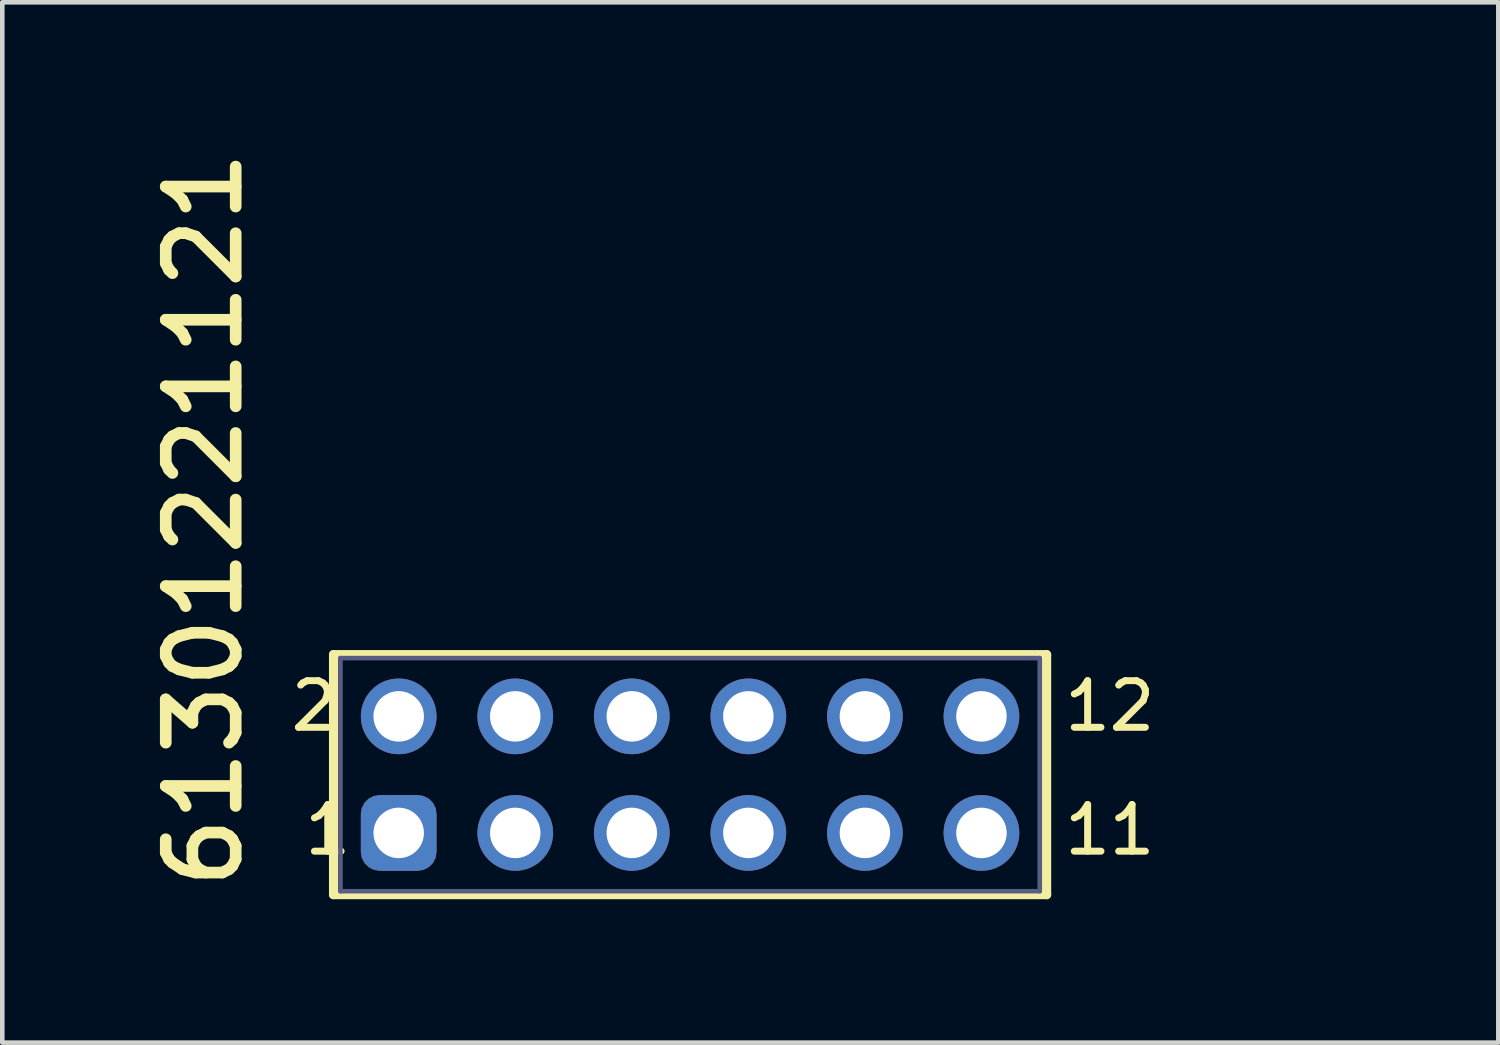
<source format=kicad_pcb>
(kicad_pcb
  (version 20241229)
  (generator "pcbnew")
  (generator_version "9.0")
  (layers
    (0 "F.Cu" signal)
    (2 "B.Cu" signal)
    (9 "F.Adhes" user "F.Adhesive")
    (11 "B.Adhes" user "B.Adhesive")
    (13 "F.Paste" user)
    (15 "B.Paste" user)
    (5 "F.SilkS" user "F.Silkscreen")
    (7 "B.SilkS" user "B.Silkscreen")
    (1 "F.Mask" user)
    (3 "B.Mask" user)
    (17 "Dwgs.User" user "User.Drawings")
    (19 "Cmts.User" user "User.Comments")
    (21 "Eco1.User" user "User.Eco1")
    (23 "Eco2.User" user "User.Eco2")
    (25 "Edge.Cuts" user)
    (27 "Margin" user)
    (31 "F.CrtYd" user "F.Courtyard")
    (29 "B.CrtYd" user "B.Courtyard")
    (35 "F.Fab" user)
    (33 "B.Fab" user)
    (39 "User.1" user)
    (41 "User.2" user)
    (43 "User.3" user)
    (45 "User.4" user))
  (footprint "61301221121"
    (layer "F.Cu")
    (at 11.989 13.832)
    (property "Reference" "61301221121" (at -9.703 2.591 90) (unlocked yes) (layer "F.SilkS") (effects (font (size 1.524 1.524) (thickness 0.254)) (justify left bottom)))
    (fp_line (start -7.77 2.615) (end -7.77 -2.615) (stroke (width 0.2) (type solid)) (layer "F.SilkS"))
    (fp_line (start 7.77 -2.615) (end -7.77 -2.615) (stroke (width 0.2) (type solid)) (layer "F.SilkS"))
    (fp_line (start 7.77 2.615) (end -7.77 2.615) (stroke (width 0.2) (type solid)) (layer "F.SilkS"))
    (fp_line (start 7.77 2.615) (end 7.77 -2.615) (stroke (width 0.2) (type solid)) (layer "F.SilkS"))
    (fp_line (start -7.97 2.815) (end -7.97 -2.815) (stroke (width 0.05) (type solid)) (layer "Eco1.User"))
    (fp_line (start 0 0.5) (end 0 -0.5) (stroke (width 0.05) (type solid)) (layer "Eco1.User"))
    (fp_line (start 0.5 0) (end -0.5 0) (stroke (width 0.05) (type solid)) (layer "Eco1.User"))
    (fp_line (start 7.97 -2.815) (end -7.97 -2.815) (stroke (width 0.05) (type solid)) (layer "Eco1.User"))
    (fp_line (start 7.97 2.815) (end -7.97 2.815) (stroke (width 0.05) (type solid)) (layer "Eco1.User"))
    (fp_line (start 7.97 2.815) (end 7.97 -2.815) (stroke (width 0.05) (type solid)) (layer "Eco1.User"))
    (fp_line (start -7.62 2.54) (end -7.62 -2.54) (stroke (width 0.1) (type solid)) (layer "Eco2.User"))
    (fp_line (start 7.62 -2.54) (end -7.62 -2.54) (stroke (width 0.1) (type solid)) (layer "Eco2.User"))
    (fp_line (start 7.62 2.54) (end -7.62 2.54) (stroke (width 0.1) (type solid)) (layer "Eco2.User"))
    (fp_line (start 7.62 2.54) (end 7.62 -2.54) (stroke (width 0.1) (type solid)) (layer "Eco2.User"))
    (fp_line (start -7.62 2.54) (end -7.62 -2.54) (stroke (width 0.1) (type solid)) (layer "B.Fab"))
    (fp_line (start 7.62 -2.54) (end -7.62 -2.54) (stroke (width 0.1) (type solid)) (layer "B.Fab"))
    (fp_line (start 7.62 2.54) (end -7.62 2.54) (stroke (width 0.1) (type solid)) (layer "B.Fab"))
    (fp_line (start 7.62 2.54) (end 7.62 -2.54) (stroke (width 0.1) (type solid)) (layer "B.Fab"))
    (fp_text user "11" (at 8.08 1.8 0) (unlocked yes) (layer "F.SilkS") (effects (font (size 1.016 1.016) (thickness 0.152)) (justify left bottom)))
    (fp_text user "1" (at -8.48 1.8 0) (unlocked yes) (layer "F.SilkS") (effects (font (size 1.016 1.016) (thickness 0.152)) (justify left bottom)))
    (fp_text user "2" (at -8.78 -0.9 0) (unlocked yes) (layer "F.SilkS") (effects (font (size 1.016 1.016) (thickness 0.152)) (justify left bottom)))
    (fp_text user "12" (at 8.08 -0.9 0) (unlocked yes) (layer "F.SilkS") (effects (font (size 1.016 1.016) (thickness 0.152)) (justify left bottom)))
    (fp_text user "${REFERENCE}" (at -1.25 0.75 0) (unlocked yes) (layer "User.3") (effects (font (size 1.5 1.5) (thickness 0.15)) (justify left bottom)))
    (pad "1" thru_hole roundrect (at -6.35 1.27) (size 1.65 1.65) (drill 1.1) (layers "*.Cu" "*.Mask") (roundrect_rratio 0.25))
    (pad "2" thru_hole circle (at -6.35 -1.27) (size 1.65 1.65) (drill 1.1) (layers "*.Cu" "*.Mask"))
    (pad "3" thru_hole circle (at -3.81 1.27) (size 1.65 1.65) (drill 1.1) (layers "*.Cu" "*.Mask"))
    (pad "4" thru_hole circle (at -3.81 -1.27) (size 1.65 1.65) (drill 1.1) (layers "*.Cu" "*.Mask"))
    (pad "5" thru_hole circle (at -1.27 1.27) (size 1.65 1.65) (drill 1.1) (layers "*.Cu" "*.Mask"))
    (pad "6" thru_hole circle (at -1.27 -1.27) (size 1.65 1.65) (drill 1.1) (layers "*.Cu" "*.Mask"))
    (pad "7" thru_hole circle (at 1.27 1.27) (size 1.65 1.65) (drill 1.1) (layers "*.Cu" "*.Mask"))
    (pad "8" thru_hole circle (at 1.27 -1.27) (size 1.65 1.65) (drill 1.1) (layers "*.Cu" "*.Mask"))
    (pad "9" thru_hole circle (at 3.81 1.27) (size 1.65 1.65) (drill 1.1) (layers "*.Cu" "*.Mask"))
    (pad "10" thru_hole circle (at 3.81 -1.27) (size 1.65 1.65) (drill 1.1) (layers "*.Cu" "*.Mask"))
    (pad "11" thru_hole circle (at 6.35 1.27) (size 1.65 1.65) (drill 1.1) (layers "*.Cu" "*.Mask"))
    (pad "12" thru_hole circle (at 6.35 -1.27) (size 1.65 1.65) (drill 1.1) (layers "*.Cu" "*.Mask")))
  (gr_rect
    (start -3 -3)
    (end 29.603 19.672)
    (stroke (width 0.1) (type default))
    (fill no)
    (layer "Edge.Cuts")))
</source>
